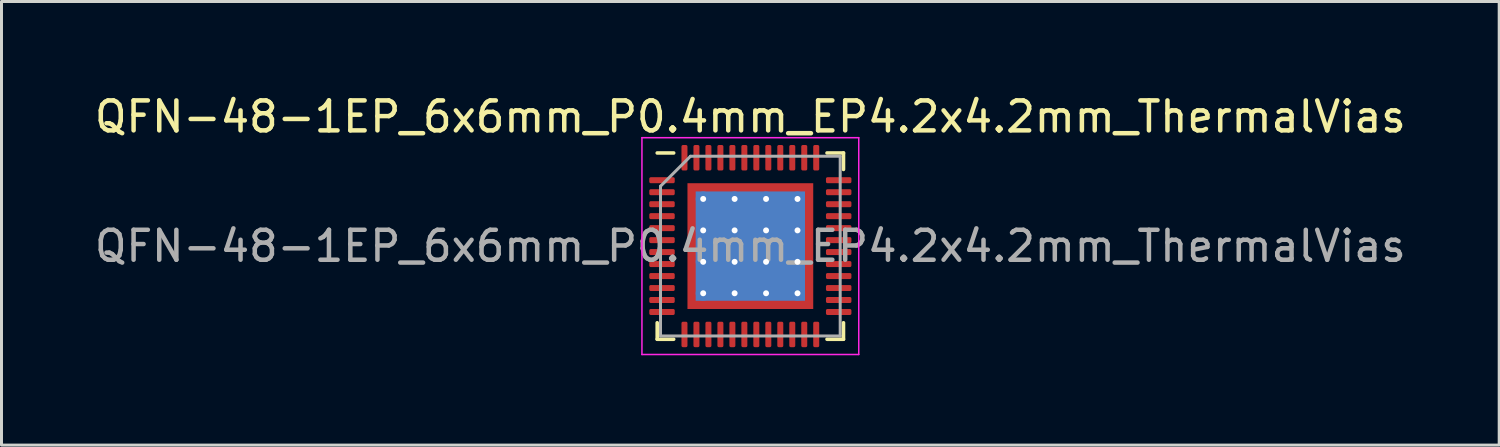
<source format=kicad_pcb>
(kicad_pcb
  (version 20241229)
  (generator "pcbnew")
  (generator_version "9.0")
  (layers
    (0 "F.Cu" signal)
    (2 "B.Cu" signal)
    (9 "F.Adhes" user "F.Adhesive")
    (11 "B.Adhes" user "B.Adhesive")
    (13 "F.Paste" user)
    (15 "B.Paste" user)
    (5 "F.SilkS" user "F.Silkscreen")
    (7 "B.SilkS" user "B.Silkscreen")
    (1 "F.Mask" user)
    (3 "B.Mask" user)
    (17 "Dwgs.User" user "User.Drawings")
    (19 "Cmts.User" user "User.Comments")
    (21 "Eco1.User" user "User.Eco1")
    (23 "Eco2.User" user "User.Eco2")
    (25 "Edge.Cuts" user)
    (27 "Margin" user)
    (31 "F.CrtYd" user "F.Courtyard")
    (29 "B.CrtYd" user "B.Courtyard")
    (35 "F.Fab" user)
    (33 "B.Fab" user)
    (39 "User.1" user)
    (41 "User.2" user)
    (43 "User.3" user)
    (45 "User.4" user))
  (footprint "QFN-48-1EP_6x6mm_P0.4mm_EP4.2x4.2mm_ThermalVias"
    (layer "F.Cu")
    (at 22.006 5.168)
    (property "Reference" "QFN-48-1EP_6x6mm_P0.4mm_EP4.2x4.2mm_ThermalVias" (at 0 -4.32 0) (layer "F.SilkS") (effects (font (size 1 1) (thickness 0.15))))
    (attr smd)
    (fp_line (start -3.11 3.11) (end -3.11 2.56) (stroke (width 0.12) (type solid)) (layer "F.SilkS"))
    (fp_line (start -2.56 -3.11) (end -3.11 -3.11) (stroke (width 0.12) (type solid)) (layer "F.SilkS"))
    (fp_line (start -2.56 3.11) (end -3.11 3.11) (stroke (width 0.12) (type solid)) (layer "F.SilkS"))
    (fp_line (start 2.56 -3.11) (end 3.11 -3.11) (stroke (width 0.12) (type solid)) (layer "F.SilkS"))
    (fp_line (start 2.56 3.11) (end 3.11 3.11) (stroke (width 0.12) (type solid)) (layer "F.SilkS"))
    (fp_line (start 3.11 -3.11) (end 3.11 -2.56) (stroke (width 0.12) (type solid)) (layer "F.SilkS"))
    (fp_line (start 3.11 3.11) (end 3.11 2.56) (stroke (width 0.12) (type solid)) (layer "F.SilkS"))
    (fp_line (start -3.62 -3.62) (end -3.62 3.62) (stroke (width 0.05) (type solid)) (layer "F.CrtYd"))
    (fp_line (start -3.62 3.62) (end 3.62 3.62) (stroke (width 0.05) (type solid)) (layer "F.CrtYd"))
    (fp_line (start 3.62 -3.62) (end -3.62 -3.62) (stroke (width 0.05) (type solid)) (layer "F.CrtYd"))
    (fp_line (start 3.62 3.62) (end 3.62 -3.62) (stroke (width 0.05) (type solid)) (layer "F.CrtYd"))
    (fp_line (start -3 -2) (end -2 -3) (stroke (width 0.1) (type solid)) (layer "F.Fab"))
    (fp_line (start -3 3) (end -3 -2) (stroke (width 0.1) (type solid)) (layer "F.Fab"))
    (fp_line (start -2 -3) (end 3 -3) (stroke (width 0.1) (type solid)) (layer "F.Fab"))
    (fp_line (start 3 -3) (end 3 3) (stroke (width 0.1) (type solid)) (layer "F.Fab"))
    (fp_line (start 3 3) (end -3 3) (stroke (width 0.1) (type solid)) (layer "F.Fab"))
    (fp_text user "${REFERENCE}" (at 0 0 0) (layer "F.Fab") (effects (font (size 1 1) (thickness 0.15))))
    (pad "" smd custom (at -1.837 -1.837) (size 0.295 0.295) (layers "F.Paste") (options (anchor circle)) (primitives (gr_poly (pts (xy 0.106 -0.013) (xy -0.013 0.106) (xy -0.106 0.106) (xy -0.106 -0.106) (xy 0.106 -0.106)) (width 0.212) (fill yes))))
    (pad "" smd custom (at -1.837 -1.05) (size 0.331 0.331) (layers "F.Paste") (options (anchor circle)) (primitives (gr_poly (pts (xy 0.12 -0.255) (xy 0.12 0.255) (xy 0.043 0.331) (xy -0.12 0.331) (xy -0.12 -0.331) (xy 0.043 -0.331)) (width 0.184) (fill yes))))
    (pad "" smd custom (at -1.837 0) (size 0.331 0.331) (layers "F.Paste") (options (anchor circle)) (primitives (gr_poly (pts (xy 0.12 -0.255) (xy 0.12 0.255) (xy 0.043 0.331) (xy -0.12 0.331) (xy -0.12 -0.331) (xy 0.043 -0.331)) (width 0.184) (fill yes))))
    (pad "" smd custom (at -1.837 1.05) (size 0.331 0.331) (layers "F.Paste") (options (anchor circle)) (primitives (gr_poly (pts (xy 0.12 -0.255) (xy 0.12 0.255) (xy 0.043 0.331) (xy -0.12 0.331) (xy -0.12 -0.331) (xy 0.043 -0.331)) (width 0.184) (fill yes))))
    (pad "" smd custom (at -1.837 1.837) (size 0.295 0.295) (layers "F.Paste") (options (anchor circle)) (primitives (gr_poly (pts (xy 0.106 0.013) (xy 0.106 0.106) (xy -0.106 0.106) (xy -0.106 -0.106) (xy -0.013 -0.106)) (width 0.212) (fill yes))))
    (pad "" smd custom (at -1.05 -1.837) (size 0.331 0.331) (layers "F.Paste") (options (anchor circle)) (primitives (gr_poly (pts (xy 0.331 0.043) (xy 0.255 0.12) (xy -0.255 0.12) (xy -0.331 0.043) (xy -0.331 -0.12) (xy 0.331 -0.12)) (width 0.184) (fill yes))))
    (pad "" smd roundrect (at -1.05 -1.05) (size 0.847 0.847) (layers "F.Paste") (roundrect_rratio 0.25))
    (pad "" smd roundrect (at -1.05 0) (size 0.847 0.847) (layers "F.Paste") (roundrect_rratio 0.25))
    (pad "" smd roundrect (at -1.05 1.05) (size 0.847 0.847) (layers "F.Paste") (roundrect_rratio 0.25))
    (pad "" smd custom (at -1.05 1.837) (size 0.331 0.331) (layers "F.Paste") (options (anchor circle)) (primitives (gr_poly (pts (xy 0.331 -0.043) (xy 0.331 0.12) (xy -0.331 0.12) (xy -0.331 -0.043) (xy -0.255 -0.12) (xy 0.255 -0.12)) (width 0.184) (fill yes))))
    (pad "" smd custom (at 0 -1.837) (size 0.331 0.331) (layers "F.Paste") (options (anchor circle)) (primitives (gr_poly (pts (xy 0.331 0.043) (xy 0.255 0.12) (xy -0.255 0.12) (xy -0.331 0.043) (xy -0.331 -0.12) (xy 0.331 -0.12)) (width 0.184) (fill yes))))
    (pad "" smd roundrect (at 0 -1.05) (size 0.847 0.847) (layers "F.Paste") (roundrect_rratio 0.25))
    (pad "" smd roundrect (at 0 0) (size 0.847 0.847) (layers "F.Paste") (roundrect_rratio 0.25))
    (pad "" smd roundrect (at 0 1.05) (size 0.847 0.847) (layers "F.Paste") (roundrect_rratio 0.25))
    (pad "" smd custom (at 0 1.837) (size 0.331 0.331) (layers "F.Paste") (options (anchor circle)) (primitives (gr_poly (pts (xy 0.331 -0.043) (xy 0.331 0.12) (xy -0.331 0.12) (xy -0.331 -0.043) (xy -0.255 -0.12) (xy 0.255 -0.12)) (width 0.184) (fill yes))))
    (pad "" smd custom (at 1.05 -1.837) (size 0.331 0.331) (layers "F.Paste") (options (anchor circle)) (primitives (gr_poly (pts (xy 0.331 0.043) (xy 0.255 0.12) (xy -0.255 0.12) (xy -0.331 0.043) (xy -0.331 -0.12) (xy 0.331 -0.12)) (width 0.184) (fill yes))))
    (pad "" smd roundrect (at 1.05 -1.05) (size 0.847 0.847) (layers "F.Paste") (roundrect_rratio 0.25))
    (pad "" smd roundrect (at 1.05 0) (size 0.847 0.847) (layers "F.Paste") (roundrect_rratio 0.25))
    (pad "" smd roundrect (at 1.05 1.05) (size 0.847 0.847) (layers "F.Paste") (roundrect_rratio 0.25))
    (pad "" smd custom (at 1.05 1.837) (size 0.331 0.331) (layers "F.Paste") (options (anchor circle)) (primitives (gr_poly (pts (xy 0.331 -0.043) (xy 0.331 0.12) (xy -0.331 0.12) (xy -0.331 -0.043) (xy -0.255 -0.12) (xy 0.255 -0.12)) (width 0.184) (fill yes))))
    (pad "" smd custom (at 1.837 -1.837) (size 0.295 0.295) (layers "F.Paste") (options (anchor circle)) (primitives (gr_poly (pts (xy 0.106 0.106) (xy 0.013 0.106) (xy -0.106 -0.013) (xy -0.106 -0.106) (xy 0.106 -0.106)) (width 0.212) (fill yes))))
    (pad "" smd custom (at 1.837 -1.05) (size 0.331 0.331) (layers "F.Paste") (options (anchor circle)) (primitives (gr_poly (pts (xy 0.12 0.331) (xy -0.043 0.331) (xy -0.12 0.255) (xy -0.12 -0.255) (xy -0.043 -0.331) (xy 0.12 -0.331)) (width 0.184) (fill yes))))
    (pad "" smd custom (at 1.837 0) (size 0.331 0.331) (layers "F.Paste") (options (anchor circle)) (primitives (gr_poly (pts (xy 0.12 0.331) (xy -0.043 0.331) (xy -0.12 0.255) (xy -0.12 -0.255) (xy -0.043 -0.331) (xy 0.12 -0.331)) (width 0.184) (fill yes))))
    (pad "" smd custom (at 1.837 1.05) (size 0.331 0.331) (layers "F.Paste") (options (anchor circle)) (primitives (gr_poly (pts (xy 0.12 0.331) (xy -0.043 0.331) (xy -0.12 0.255) (xy -0.12 -0.255) (xy -0.043 -0.331) (xy 0.12 -0.331)) (width 0.184) (fill yes))))
    (pad "" smd custom (at 1.837 1.837) (size 0.295 0.295) (layers "F.Paste") (options (anchor circle)) (primitives (gr_poly (pts (xy 0.106 0.106) (xy -0.106 0.106) (xy -0.106 0.013) (xy 0.013 -0.106) (xy 0.106 -0.106)) (width 0.212) (fill yes))))
    (pad "1" smd roundrect (at -2.95 -2.2) (size 0.85 0.2) (layers "F.Cu" "F.Mask" "F.Paste") (roundrect_rratio 0.25))
    (pad "2" smd roundrect (at -2.95 -1.8) (size 0.85 0.2) (layers "F.Cu" "F.Mask" "F.Paste") (roundrect_rratio 0.25))
    (pad "3" smd roundrect (at -2.95 -1.4) (size 0.85 0.2) (layers "F.Cu" "F.Mask" "F.Paste") (roundrect_rratio 0.25))
    (pad "4" smd roundrect (at -2.95 -1) (size 0.85 0.2) (layers "F.Cu" "F.Mask" "F.Paste") (roundrect_rratio 0.25))
    (pad "5" smd roundrect (at -2.95 -0.6) (size 0.85 0.2) (layers "F.Cu" "F.Mask" "F.Paste") (roundrect_rratio 0.25))
    (pad "6" smd roundrect (at -2.95 -0.2) (size 0.85 0.2) (layers "F.Cu" "F.Mask" "F.Paste") (roundrect_rratio 0.25))
    (pad "7" smd roundrect (at -2.95 0.2) (size 0.85 0.2) (layers "F.Cu" "F.Mask" "F.Paste") (roundrect_rratio 0.25))
    (pad "8" smd roundrect (at -2.95 0.6) (size 0.85 0.2) (layers "F.Cu" "F.Mask" "F.Paste") (roundrect_rratio 0.25))
    (pad "9" smd roundrect (at -2.95 1) (size 0.85 0.2) (layers "F.Cu" "F.Mask" "F.Paste") (roundrect_rratio 0.25))
    (pad "10" smd roundrect (at -2.95 1.4) (size 0.85 0.2) (layers "F.Cu" "F.Mask" "F.Paste") (roundrect_rratio 0.25))
    (pad "11" smd roundrect (at -2.95 1.8) (size 0.85 0.2) (layers "F.Cu" "F.Mask" "F.Paste") (roundrect_rratio 0.25))
    (pad "12" smd roundrect (at -2.95 2.2) (size 0.85 0.2) (layers "F.Cu" "F.Mask" "F.Paste") (roundrect_rratio 0.25))
    (pad "13" smd roundrect (at -2.2 2.95) (size 0.2 0.85) (layers "F.Cu" "F.Mask" "F.Paste") (roundrect_rratio 0.25))
    (pad "14" smd roundrect (at -1.8 2.95) (size 0.2 0.85) (layers "F.Cu" "F.Mask" "F.Paste") (roundrect_rratio 0.25))
    (pad "15" smd roundrect (at -1.4 2.95) (size 0.2 0.85) (layers "F.Cu" "F.Mask" "F.Paste") (roundrect_rratio 0.25))
    (pad "16" smd roundrect (at -1 2.95) (size 0.2 0.85) (layers "F.Cu" "F.Mask" "F.Paste") (roundrect_rratio 0.25))
    (pad "17" smd roundrect (at -0.6 2.95) (size 0.2 0.85) (layers "F.Cu" "F.Mask" "F.Paste") (roundrect_rratio 0.25))
    (pad "18" smd roundrect (at -0.2 2.95) (size 0.2 0.85) (layers "F.Cu" "F.Mask" "F.Paste") (roundrect_rratio 0.25))
    (pad "19" smd roundrect (at 0.2 2.95) (size 0.2 0.85) (layers "F.Cu" "F.Mask" "F.Paste") (roundrect_rratio 0.25))
    (pad "20" smd roundrect (at 0.6 2.95) (size 0.2 0.85) (layers "F.Cu" "F.Mask" "F.Paste") (roundrect_rratio 0.25))
    (pad "21" smd roundrect (at 1 2.95) (size 0.2 0.85) (layers "F.Cu" "F.Mask" "F.Paste") (roundrect_rratio 0.25))
    (pad "22" smd roundrect (at 1.4 2.95) (size 0.2 0.85) (layers "F.Cu" "F.Mask" "F.Paste") (roundrect_rratio 0.25))
    (pad "23" smd roundrect (at 1.8 2.95) (size 0.2 0.85) (layers "F.Cu" "F.Mask" "F.Paste") (roundrect_rratio 0.25))
    (pad "24" smd roundrect (at 2.2 2.95) (size 0.2 0.85) (layers "F.Cu" "F.Mask" "F.Paste") (roundrect_rratio 0.25))
    (pad "25" smd roundrect (at 2.95 2.2) (size 0.85 0.2) (layers "F.Cu" "F.Mask" "F.Paste") (roundrect_rratio 0.25))
    (pad "26" smd roundrect (at 2.95 1.8) (size 0.85 0.2) (layers "F.Cu" "F.Mask" "F.Paste") (roundrect_rratio 0.25))
    (pad "27" smd roundrect (at 2.95 1.4) (size 0.85 0.2) (layers "F.Cu" "F.Mask" "F.Paste") (roundrect_rratio 0.25))
    (pad "28" smd roundrect (at 2.95 1) (size 0.85 0.2) (layers "F.Cu" "F.Mask" "F.Paste") (roundrect_rratio 0.25))
    (pad "29" smd roundrect (at 2.95 0.6) (size 0.85 0.2) (layers "F.Cu" "F.Mask" "F.Paste") (roundrect_rratio 0.25))
    (pad "30" smd roundrect (at 2.95 0.2) (size 0.85 0.2) (layers "F.Cu" "F.Mask" "F.Paste") (roundrect_rratio 0.25))
    (pad "31" smd roundrect (at 2.95 -0.2) (size 0.85 0.2) (layers "F.Cu" "F.Mask" "F.Paste") (roundrect_rratio 0.25))
    (pad "32" smd roundrect (at 2.95 -0.6) (size 0.85 0.2) (layers "F.Cu" "F.Mask" "F.Paste") (roundrect_rratio 0.25))
    (pad "33" smd roundrect (at 2.95 -1) (size 0.85 0.2) (layers "F.Cu" "F.Mask" "F.Paste") (roundrect_rratio 0.25))
    (pad "34" smd roundrect (at 2.95 -1.4) (size 0.85 0.2) (layers "F.Cu" "F.Mask" "F.Paste") (roundrect_rratio 0.25))
    (pad "35" smd roundrect (at 2.95 -1.8) (size 0.85 0.2) (layers "F.Cu" "F.Mask" "F.Paste") (roundrect_rratio 0.25))
    (pad "36" smd roundrect (at 2.95 -2.2) (size 0.85 0.2) (layers "F.Cu" "F.Mask" "F.Paste") (roundrect_rratio 0.25))
    (pad "37" smd roundrect (at 2.2 -2.95) (size 0.2 0.85) (layers "F.Cu" "F.Mask" "F.Paste") (roundrect_rratio 0.25))
    (pad "38" smd roundrect (at 1.8 -2.95) (size 0.2 0.85) (layers "F.Cu" "F.Mask" "F.Paste") (roundrect_rratio 0.25))
    (pad "39" smd roundrect (at 1.4 -2.95) (size 0.2 0.85) (layers "F.Cu" "F.Mask" "F.Paste") (roundrect_rratio 0.25))
    (pad "40" smd roundrect (at 1 -2.95) (size 0.2 0.85) (layers "F.Cu" "F.Mask" "F.Paste") (roundrect_rratio 0.25))
    (pad "41" smd roundrect (at 0.6 -2.95) (size 0.2 0.85) (layers "F.Cu" "F.Mask" "F.Paste") (roundrect_rratio 0.25))
    (pad "42" smd roundrect (at 0.2 -2.95) (size 0.2 0.85) (layers "F.Cu" "F.Mask" "F.Paste") (roundrect_rratio 0.25))
    (pad "43" smd roundrect (at -0.2 -2.95) (size 0.2 0.85) (layers "F.Cu" "F.Mask" "F.Paste") (roundrect_rratio 0.25))
    (pad "44" smd roundrect (at -0.6 -2.95) (size 0.2 0.85) (layers "F.Cu" "F.Mask" "F.Paste") (roundrect_rratio 0.25))
    (pad "45" smd roundrect (at -1 -2.95) (size 0.2 0.85) (layers "F.Cu" "F.Mask" "F.Paste") (roundrect_rratio 0.25))
    (pad "46" smd roundrect (at -1.4 -2.95) (size 0.2 0.85) (layers "F.Cu" "F.Mask" "F.Paste") (roundrect_rratio 0.25))
    (pad "47" smd roundrect (at -1.8 -2.95) (size 0.2 0.85) (layers "F.Cu" "F.Mask" "F.Paste") (roundrect_rratio 0.25))
    (pad "48" smd roundrect (at -2.2 -2.95) (size 0.2 0.85) (layers "F.Cu" "F.Mask" "F.Paste") (roundrect_rratio 0.25))
    (pad "49" thru_hole circle (at -1.575 -1.575) (size 0.5 0.5) (drill 0.2) (layers "*.Cu"))
    (pad "49" thru_hole circle (at -1.575 -0.525) (size 0.5 0.5) (drill 0.2) (layers "*.Cu"))
    (pad "49" thru_hole circle (at -1.575 0.525) (size 0.5 0.5) (drill 0.2) (layers "*.Cu"))
    (pad "49" thru_hole circle (at -1.575 1.575) (size 0.5 0.5) (drill 0.2) (layers "*.Cu"))
    (pad "49" thru_hole circle (at -0.525 -1.575) (size 0.5 0.5) (drill 0.2) (layers "*.Cu"))
    (pad "49" thru_hole circle (at -0.525 -0.525) (size 0.5 0.5) (drill 0.2) (layers "*.Cu"))
    (pad "49" thru_hole circle (at -0.525 0.525) (size 0.5 0.5) (drill 0.2) (layers "*.Cu"))
    (pad "49" thru_hole circle (at -0.525 1.575) (size 0.5 0.5) (drill 0.2) (layers "*.Cu"))
    (pad "49" smd rect (at 0 0) (size 3.65 3.65) (layers "B.Cu"))
    (pad "49" smd rect (at 0 0) (size 4.2 4.2) (layers "F.Cu" "F.Mask"))
    (pad "49" thru_hole circle (at 0.525 -1.575) (size 0.5 0.5) (drill 0.2) (layers "*.Cu"))
    (pad "49" thru_hole circle (at 0.525 -0.525) (size 0.5 0.5) (drill 0.2) (layers "*.Cu"))
    (pad "49" thru_hole circle (at 0.525 0.525) (size 0.5 0.5) (drill 0.2) (layers "*.Cu"))
    (pad "49" thru_hole circle (at 0.525 1.575) (size 0.5 0.5) (drill 0.2) (layers "*.Cu"))
    (pad "49" thru_hole circle (at 1.575 -1.575) (size 0.5 0.5) (drill 0.2) (layers "*.Cu"))
    (pad "49" thru_hole circle (at 1.575 -0.525) (size 0.5 0.5) (drill 0.2) (layers "*.Cu"))
    (pad "49" thru_hole circle (at 1.575 0.525) (size 0.5 0.5) (drill 0.2) (layers "*.Cu"))
    (pad "49" thru_hole circle (at 1.575 1.575) (size 0.5 0.5) (drill 0.2) (layers "*.Cu")))
  (gr_rect
    (start -3 -3)
    (end 47.012 11.813)
    (stroke (width 0.1) (type default))
    (fill no)
    (layer "Edge.Cuts")))
</source>
